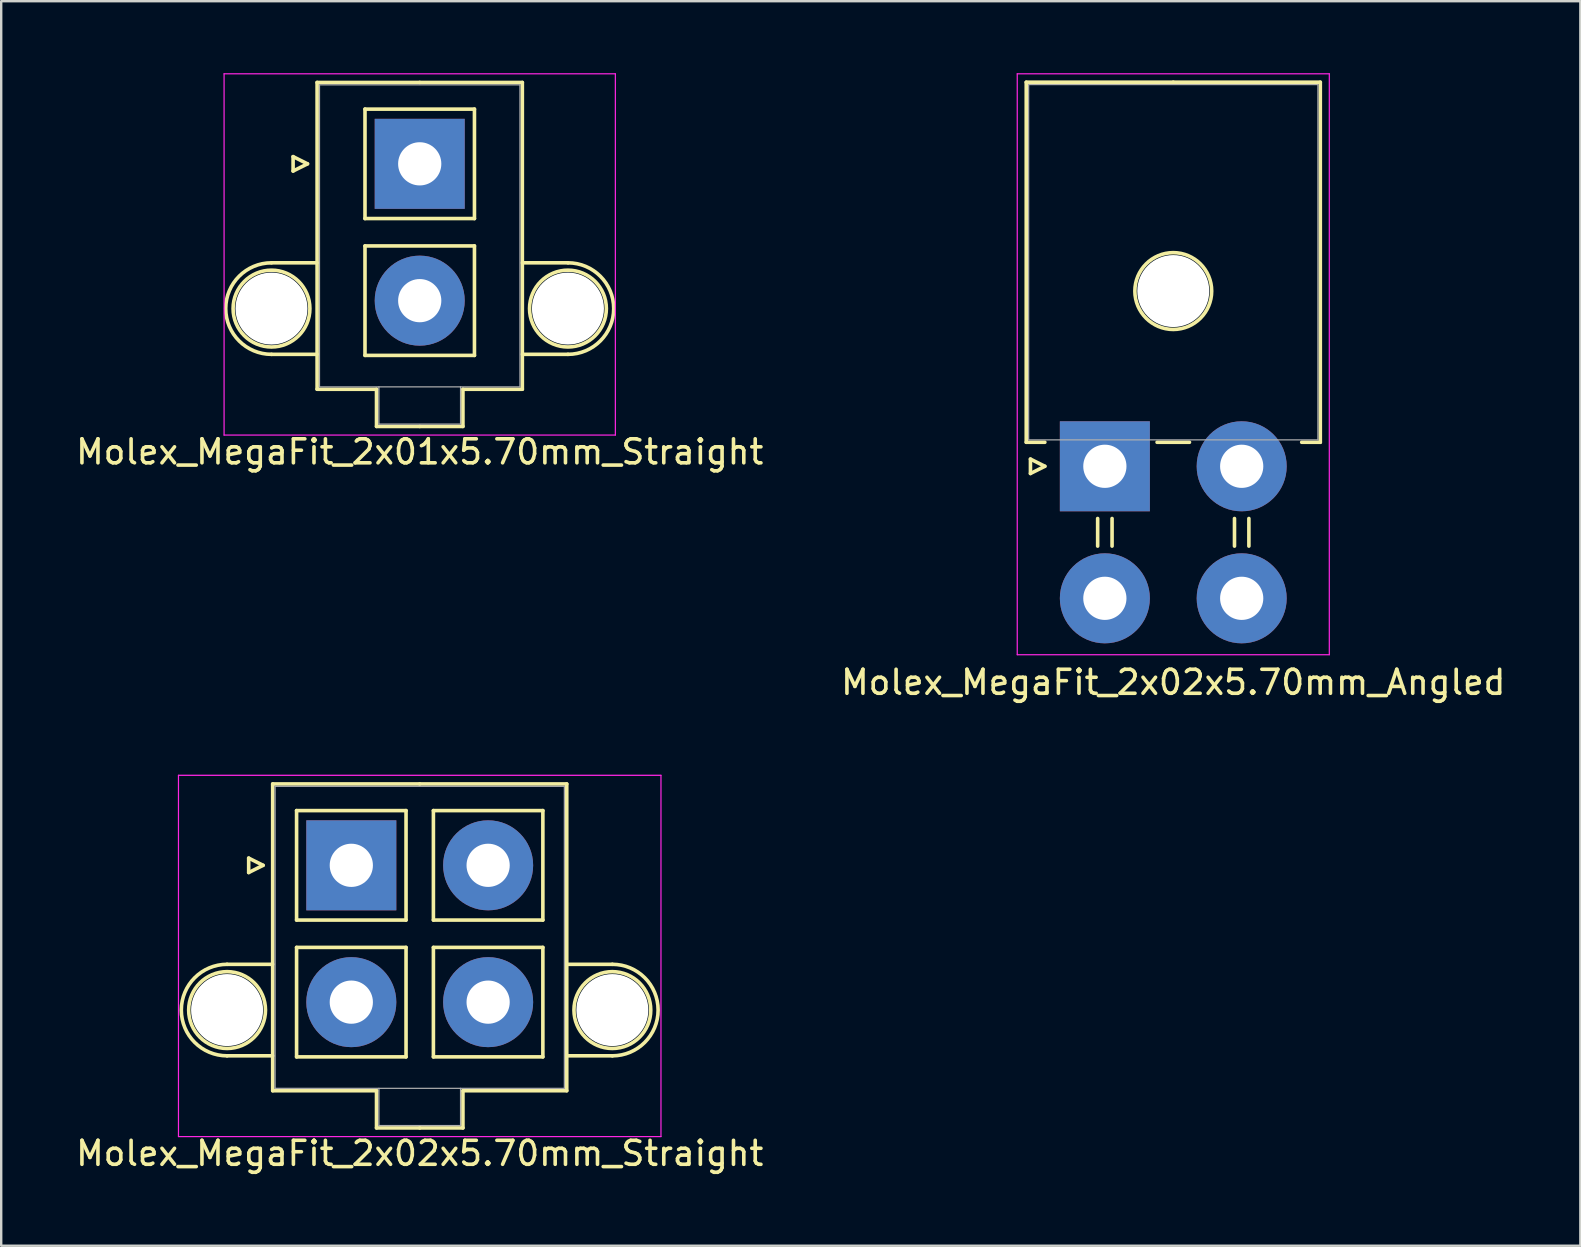
<source format=kicad_pcb>
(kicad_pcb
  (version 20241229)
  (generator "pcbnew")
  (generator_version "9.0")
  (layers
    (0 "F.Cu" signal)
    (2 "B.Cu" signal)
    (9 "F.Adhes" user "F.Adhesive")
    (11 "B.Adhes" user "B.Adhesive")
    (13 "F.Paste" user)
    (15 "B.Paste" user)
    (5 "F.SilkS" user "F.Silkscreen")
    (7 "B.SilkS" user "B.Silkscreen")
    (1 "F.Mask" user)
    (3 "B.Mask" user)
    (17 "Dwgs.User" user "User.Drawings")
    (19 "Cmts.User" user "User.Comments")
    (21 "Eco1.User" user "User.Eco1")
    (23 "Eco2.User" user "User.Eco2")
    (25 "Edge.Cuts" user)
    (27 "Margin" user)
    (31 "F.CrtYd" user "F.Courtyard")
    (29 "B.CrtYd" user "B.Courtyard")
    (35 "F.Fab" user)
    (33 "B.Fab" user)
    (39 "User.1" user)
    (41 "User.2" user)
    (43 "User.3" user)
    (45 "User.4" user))
  (footprint "Molex_MegaFit_2x02x5.70mm_Angled"
    (layer "F.Cu")
    (at 42.977 16.375)
    (property "Reference" "Molex_MegaFit_2x02x5.70mm_Angled" (at 2.85 9 0) (layer "F.SilkS") (effects (font (size 1 1) (thickness 0.15))))
    (attr through_hole)
    (fp_line (start -3.275 -16) (end -3.275 -1) (stroke (width 0.15) (type solid)) (layer "F.SilkS"))
    (fp_line (start -3.275 -1) (end -2.5 -1) (stroke (width 0.15) (type solid)) (layer "F.SilkS"))
    (fp_line (start -3.1 -0.3) (end -2.5 0) (stroke (width 0.15) (type solid)) (layer "F.SilkS"))
    (fp_line (start -3.1 0.3) (end -3.1 -0.3) (stroke (width 0.15) (type solid)) (layer "F.SilkS"))
    (fp_line (start -2.5 0) (end -3.1 0.3) (stroke (width 0.15) (type solid)) (layer "F.SilkS"))
    (fp_line (start -0.3 2.175) (end -0.3 3.325) (stroke (width 0.15) (type solid)) (layer "F.SilkS"))
    (fp_line (start 0.3 2.175) (end 0.3 3.325) (stroke (width 0.15) (type solid)) (layer "F.SilkS"))
    (fp_line (start 2.175 -1) (end 3.525 -1) (stroke (width 0.15) (type solid)) (layer "F.SilkS"))
    (fp_line (start 2.85 -16) (end -3.275 -16) (stroke (width 0.15) (type solid)) (layer "F.SilkS"))
    (fp_line (start 2.85 -16) (end 8.975 -16) (stroke (width 0.15) (type solid)) (layer "F.SilkS"))
    (fp_line (start 5.4 2.175) (end 5.4 3.325) (stroke (width 0.15) (type solid)) (layer "F.SilkS"))
    (fp_line (start 6 2.175) (end 6 3.325) (stroke (width 0.15) (type solid)) (layer "F.SilkS"))
    (fp_line (start 8.975 -16) (end 8.975 -1) (stroke (width 0.15) (type solid)) (layer "F.SilkS"))
    (fp_line (start 8.975 -1) (end 8.2 -1) (stroke (width 0.15) (type solid)) (layer "F.SilkS"))
    (fp_circle (center 2.85 -7.3) (end 4.45 -7.3) (stroke (width 0.15) (type solid)) (fill no) (layer "F.SilkS"))
    (fp_line (start -3.65 -16.35) (end -3.65 7.85) (stroke (width 0.05) (type solid)) (layer "F.CrtYd"))
    (fp_line (start -3.65 7.85) (end 9.35 7.85) (stroke (width 0.05) (type solid)) (layer "F.CrtYd"))
    (fp_line (start 9.35 -16.35) (end -3.65 -16.35) (stroke (width 0.05) (type solid)) (layer "F.CrtYd"))
    (fp_line (start 9.35 7.85) (end 9.35 -16.35) (stroke (width 0.05) (type solid)) (layer "F.CrtYd"))
    (fp_line (start -3.175 -15.9) (end -3.175 -1.1) (stroke (width 0.05) (type solid)) (layer "F.Fab"))
    (fp_line (start -3.175 -1.1) (end 8.875 -1.1) (stroke (width 0.05) (type solid)) (layer "F.Fab"))
    (fp_line (start 8.875 -15.9) (end -3.175 -15.9) (stroke (width 0.05) (type solid)) (layer "F.Fab"))
    (fp_line (start 8.875 -1.1) (end 8.875 -15.9) (stroke (width 0.05) (type solid)) (layer "F.Fab"))
    (pad "" np_thru_hole circle (at 2.85 -7.3) (size 3 3) (drill 3) (layers "*.Cu"))
    (pad "1" thru_hole rect (at 0 0) (size 3.75 3.75) (drill 1.8) (layers "*.Cu" "*.Mask"))
    (pad "2" thru_hole circle (at 5.7 0) (size 3.75 3.75) (drill 1.8) (layers "*.Cu" "*.Mask"))
    (pad "3" thru_hole circle (at 0 5.5) (size 3.75 3.75) (drill 1.8) (layers "*.Cu" "*.Mask"))
    (pad "4" thru_hole circle (at 5.7 5.5) (size 3.75 3.75) (drill 1.8) (layers "*.Cu" "*.Mask")))
  (footprint "Molex_MegaFit_2x02x5.70mm_Straight"
    (layer "F.Cu")
    (at 11.585 32.998)
    (property "Reference" "Molex_MegaFit_2x02x5.70mm_Straight" (at 2.85 12 0) (layer "F.SilkS") (effects (font (size 1 1) (thickness 0.15))))
    (attr through_hole)
    (fp_line (start -5.175 4.124) (end -3.275 4.124) (stroke (width 0.15) (type solid)) (layer "F.SilkS"))
    (fp_line (start -5.175 7.936) (end -3.275 7.936) (stroke (width 0.15) (type solid)) (layer "F.SilkS"))
    (fp_line (start -4.275 -0.3) (end -3.675 0) (stroke (width 0.15) (type solid)) (layer "F.SilkS"))
    (fp_line (start -4.275 0.3) (end -4.275 -0.3) (stroke (width 0.15) (type solid)) (layer "F.SilkS"))
    (fp_line (start -3.675 0) (end -4.275 0.3) (stroke (width 0.15) (type solid)) (layer "F.SilkS"))
    (fp_line (start -3.275 -3.39) (end -3.275 9.39) (stroke (width 0.15) (type solid)) (layer "F.SilkS"))
    (fp_line (start -3.275 9.39) (end 1.05 9.39) (stroke (width 0.15) (type solid)) (layer "F.SilkS"))
    (fp_line (start -2.28 -2.28) (end -2.28 2.28) (stroke (width 0.15) (type solid)) (layer "F.SilkS"))
    (fp_line (start -2.28 2.28) (end 2.28 2.28) (stroke (width 0.15) (type solid)) (layer "F.SilkS"))
    (fp_line (start -2.28 3.42) (end -2.28 7.98) (stroke (width 0.15) (type solid)) (layer "F.SilkS"))
    (fp_line (start -2.28 7.98) (end 2.28 7.98) (stroke (width 0.15) (type solid)) (layer "F.SilkS"))
    (fp_line (start 1.05 9.39) (end 1.05 10.94) (stroke (width 0.15) (type solid)) (layer "F.SilkS"))
    (fp_line (start 1.05 10.94) (end 2.85 10.94) (stroke (width 0.15) (type solid)) (layer "F.SilkS"))
    (fp_line (start 2.28 -2.28) (end -2.28 -2.28) (stroke (width 0.15) (type solid)) (layer "F.SilkS"))
    (fp_line (start 2.28 2.28) (end 2.28 -2.28) (stroke (width 0.15) (type solid)) (layer "F.SilkS"))
    (fp_line (start 2.28 3.42) (end -2.28 3.42) (stroke (width 0.15) (type solid)) (layer "F.SilkS"))
    (fp_line (start 2.28 7.98) (end 2.28 3.42) (stroke (width 0.15) (type solid)) (layer "F.SilkS"))
    (fp_line (start 2.85 -3.39) (end -3.275 -3.39) (stroke (width 0.15) (type solid)) (layer "F.SilkS"))
    (fp_line (start 2.85 -3.39) (end 8.975 -3.39) (stroke (width 0.15) (type solid)) (layer "F.SilkS"))
    (fp_line (start 3.42 -2.28) (end 3.42 2.28) (stroke (width 0.15) (type solid)) (layer "F.SilkS"))
    (fp_line (start 3.42 2.28) (end 7.98 2.28) (stroke (width 0.15) (type solid)) (layer "F.SilkS"))
    (fp_line (start 3.42 3.42) (end 3.42 7.98) (stroke (width 0.15) (type solid)) (layer "F.SilkS"))
    (fp_line (start 3.42 7.98) (end 7.98 7.98) (stroke (width 0.15) (type solid)) (layer "F.SilkS"))
    (fp_line (start 4.65 9.39) (end 4.65 10.94) (stroke (width 0.15) (type solid)) (layer "F.SilkS"))
    (fp_line (start 4.65 10.94) (end 2.85 10.94) (stroke (width 0.15) (type solid)) (layer "F.SilkS"))
    (fp_line (start 7.98 -2.28) (end 3.42 -2.28) (stroke (width 0.15) (type solid)) (layer "F.SilkS"))
    (fp_line (start 7.98 2.28) (end 7.98 -2.28) (stroke (width 0.15) (type solid)) (layer "F.SilkS"))
    (fp_line (start 7.98 3.42) (end 3.42 3.42) (stroke (width 0.15) (type solid)) (layer "F.SilkS"))
    (fp_line (start 7.98 7.98) (end 7.98 3.42) (stroke (width 0.15) (type solid)) (layer "F.SilkS"))
    (fp_line (start 8.975 -3.39) (end 8.975 9.39) (stroke (width 0.15) (type solid)) (layer "F.SilkS"))
    (fp_line (start 8.975 9.39) (end 4.65 9.39) (stroke (width 0.15) (type solid)) (layer "F.SilkS"))
    (fp_line (start 10.875 4.124) (end 8.975 4.124) (stroke (width 0.15) (type solid)) (layer "F.SilkS"))
    (fp_line (start 10.875 7.936) (end 8.975 7.936) (stroke (width 0.15) (type solid)) (layer "F.SilkS"))
    (fp_arc (start -5.175 7.93625) (mid -7.08125 6.03) (end -5.175 4.12375) (stroke (width 0.15) (type solid)) (layer "F.SilkS"))
    (fp_arc (start 10.875 4.12375) (mid 12.78125 6.03) (end 10.875 7.93625) (stroke (width 0.15) (type solid)) (layer "F.SilkS"))
    (fp_circle (center -5.175 6.03) (end -3.575 6.03) (stroke (width 0.15) (type solid)) (fill no) (layer "F.SilkS"))
    (fp_circle (center 10.875 6.03) (end 12.475 6.03) (stroke (width 0.15) (type solid)) (fill no) (layer "F.SilkS"))
    (fp_line (start -7.2 -3.75) (end -7.2 11.3) (stroke (width 0.05) (type solid)) (layer "F.CrtYd"))
    (fp_line (start -7.2 11.3) (end 12.9 11.3) (stroke (width 0.05) (type solid)) (layer "F.CrtYd"))
    (fp_line (start 12.9 -3.75) (end -7.2 -3.75) (stroke (width 0.05) (type solid)) (layer "F.CrtYd"))
    (fp_line (start 12.9 11.3) (end 12.9 -3.75) (stroke (width 0.05) (type solid)) (layer "F.CrtYd"))
    (fp_line (start -3.175 -3.29) (end -3.175 9.29) (stroke (width 0.05) (type solid)) (layer "F.Fab"))
    (fp_line (start -3.175 9.29) (end 8.875 9.29) (stroke (width 0.05) (type solid)) (layer "F.Fab"))
    (fp_line (start 1.15 9.29) (end 1.15 10.84) (stroke (width 0.05) (type solid)) (layer "F.Fab"))
    (fp_line (start 1.15 10.84) (end 4.55 10.84) (stroke (width 0.05) (type solid)) (layer "F.Fab"))
    (fp_line (start 4.55 10.84) (end 4.55 9.29) (stroke (width 0.05) (type solid)) (layer "F.Fab"))
    (fp_line (start 8.875 -3.29) (end -3.175 -3.29) (stroke (width 0.05) (type solid)) (layer "F.Fab"))
    (fp_line (start 8.875 9.29) (end 8.875 -3.29) (stroke (width 0.05) (type solid)) (layer "F.Fab"))
    (pad "" np_thru_hole circle (at -5.175 6.03) (size 3 3) (drill 3) (layers "*.Cu"))
    (pad "" np_thru_hole circle (at 10.875 6.03) (size 3 3) (drill 3) (layers "*.Cu"))
    (pad "1" thru_hole rect (at 0 0) (size 3.75 3.75) (drill 1.8) (layers "*.Cu" "*.Mask"))
    (pad "2" thru_hole circle (at 5.7 0) (size 3.75 3.75) (drill 1.8) (layers "*.Cu" "*.Mask"))
    (pad "3" thru_hole circle (at 0 5.7) (size 3.75 3.75) (drill 1.8) (layers "*.Cu" "*.Mask"))
    (pad "4" thru_hole circle (at 5.7 5.7) (size 3.75 3.75) (drill 1.8) (layers "*.Cu" "*.Mask")))
  (footprint "Molex_MegaFit_2x01x5.70mm_Straight"
    (layer "F.Cu")
    (at 14.435 3.775)
    (property "Reference" "Molex_MegaFit_2x01x5.70mm_Straight" (at 0 12 0) (layer "F.SilkS") (effects (font (size 1 1) (thickness 0.15))))
    (attr through_hole)
    (fp_line (start -6.175 4.124) (end -4.275 4.124) (stroke (width 0.15) (type solid)) (layer "F.SilkS"))
    (fp_line (start -6.175 7.936) (end -4.275 7.936) (stroke (width 0.15) (type solid)) (layer "F.SilkS"))
    (fp_line (start -5.275 -0.3) (end -4.675 0) (stroke (width 0.15) (type solid)) (layer "F.SilkS"))
    (fp_line (start -5.275 0.3) (end -5.275 -0.3) (stroke (width 0.15) (type solid)) (layer "F.SilkS"))
    (fp_line (start -4.675 0) (end -5.275 0.3) (stroke (width 0.15) (type solid)) (layer "F.SilkS"))
    (fp_line (start -4.275 -3.39) (end -4.275 9.39) (stroke (width 0.15) (type solid)) (layer "F.SilkS"))
    (fp_line (start -4.275 9.39) (end -1.8 9.39) (stroke (width 0.15) (type solid)) (layer "F.SilkS"))
    (fp_line (start -2.28 -2.28) (end -2.28 2.28) (stroke (width 0.15) (type solid)) (layer "F.SilkS"))
    (fp_line (start -2.28 2.28) (end 2.28 2.28) (stroke (width 0.15) (type solid)) (layer "F.SilkS"))
    (fp_line (start -2.28 3.42) (end -2.28 7.98) (stroke (width 0.15) (type solid)) (layer "F.SilkS"))
    (fp_line (start -2.28 7.98) (end 2.28 7.98) (stroke (width 0.15) (type solid)) (layer "F.SilkS"))
    (fp_line (start -1.8 9.39) (end -1.8 10.94) (stroke (width 0.15) (type solid)) (layer "F.SilkS"))
    (fp_line (start -1.8 10.94) (end 0 10.94) (stroke (width 0.15) (type solid)) (layer "F.SilkS"))
    (fp_line (start 0 -3.39) (end -4.275 -3.39) (stroke (width 0.15) (type solid)) (layer "F.SilkS"))
    (fp_line (start 0 -3.39) (end 4.275 -3.39) (stroke (width 0.15) (type solid)) (layer "F.SilkS"))
    (fp_line (start 1.8 9.39) (end 1.8 10.94) (stroke (width 0.15) (type solid)) (layer "F.SilkS"))
    (fp_line (start 1.8 10.94) (end 0 10.94) (stroke (width 0.15) (type solid)) (layer "F.SilkS"))
    (fp_line (start 2.28 -2.28) (end -2.28 -2.28) (stroke (width 0.15) (type solid)) (layer "F.SilkS"))
    (fp_line (start 2.28 2.28) (end 2.28 -2.28) (stroke (width 0.15) (type solid)) (layer "F.SilkS"))
    (fp_line (start 2.28 3.42) (end -2.28 3.42) (stroke (width 0.15) (type solid)) (layer "F.SilkS"))
    (fp_line (start 2.28 7.98) (end 2.28 3.42) (stroke (width 0.15) (type solid)) (layer "F.SilkS"))
    (fp_line (start 4.275 -3.39) (end 4.275 9.39) (stroke (width 0.15) (type solid)) (layer "F.SilkS"))
    (fp_line (start 4.275 9.39) (end 1.8 9.39) (stroke (width 0.15) (type solid)) (layer "F.SilkS"))
    (fp_line (start 6.175 4.124) (end 4.275 4.124) (stroke (width 0.15) (type solid)) (layer "F.SilkS"))
    (fp_line (start 6.175 7.936) (end 4.275 7.936) (stroke (width 0.15) (type solid)) (layer "F.SilkS"))
    (fp_arc (start -6.175 7.93625) (mid -8.08125 6.03) (end -6.175 4.12375) (stroke (width 0.15) (type solid)) (layer "F.SilkS"))
    (fp_arc (start 6.175 4.12375) (mid 8.08125 6.03) (end 6.175 7.93625) (stroke (width 0.15) (type solid)) (layer "F.SilkS"))
    (fp_circle (center -6.175 6.03) (end -4.575 6.03) (stroke (width 0.15) (type solid)) (fill no) (layer "F.SilkS"))
    (fp_circle (center 6.175 6.03) (end 7.775 6.03) (stroke (width 0.15) (type solid)) (fill no) (layer "F.SilkS"))
    (fp_line (start -8.15 -3.75) (end -8.15 11.3) (stroke (width 0.05) (type solid)) (layer "F.CrtYd"))
    (fp_line (start -8.15 11.3) (end 8.15 11.3) (stroke (width 0.05) (type solid)) (layer "F.CrtYd"))
    (fp_line (start 8.15 -3.75) (end -8.15 -3.75) (stroke (width 0.05) (type solid)) (layer "F.CrtYd"))
    (fp_line (start 8.15 11.3) (end 8.15 -3.75) (stroke (width 0.05) (type solid)) (layer "F.CrtYd"))
    (fp_line (start -4.175 -3.29) (end -4.175 9.29) (stroke (width 0.05) (type solid)) (layer "F.Fab"))
    (fp_line (start -4.175 9.29) (end 4.175 9.29) (stroke (width 0.05) (type solid)) (layer "F.Fab"))
    (fp_line (start -1.7 9.29) (end -1.7 10.84) (stroke (width 0.05) (type solid)) (layer "F.Fab"))
    (fp_line (start -1.7 10.84) (end 1.7 10.84) (stroke (width 0.05) (type solid)) (layer "F.Fab"))
    (fp_line (start 1.7 10.84) (end 1.7 9.29) (stroke (width 0.05) (type solid)) (layer "F.Fab"))
    (fp_line (start 4.175 -3.29) (end -4.175 -3.29) (stroke (width 0.05) (type solid)) (layer "F.Fab"))
    (fp_line (start 4.175 9.29) (end 4.175 -3.29) (stroke (width 0.05) (type solid)) (layer "F.Fab"))
    (pad "" np_thru_hole circle (at -6.175 6.03) (size 3 3) (drill 3) (layers "*.Cu"))
    (pad "" np_thru_hole circle (at 6.175 6.03) (size 3 3) (drill 3) (layers "*.Cu"))
    (pad "1" thru_hole rect (at 0 0) (size 3.75 3.75) (drill 1.8) (layers "*.Cu" "*.Mask"))
    (pad "2" thru_hole circle (at 0 5.7) (size 3.75 3.75) (drill 1.8) (layers "*.Cu" "*.Mask")))
  (gr_rect
    (start -3 -3)
    (end 62.786 48.846)
    (stroke (width 0.1) (type default))
    (fill no)
    (layer "Edge.Cuts")))
</source>
